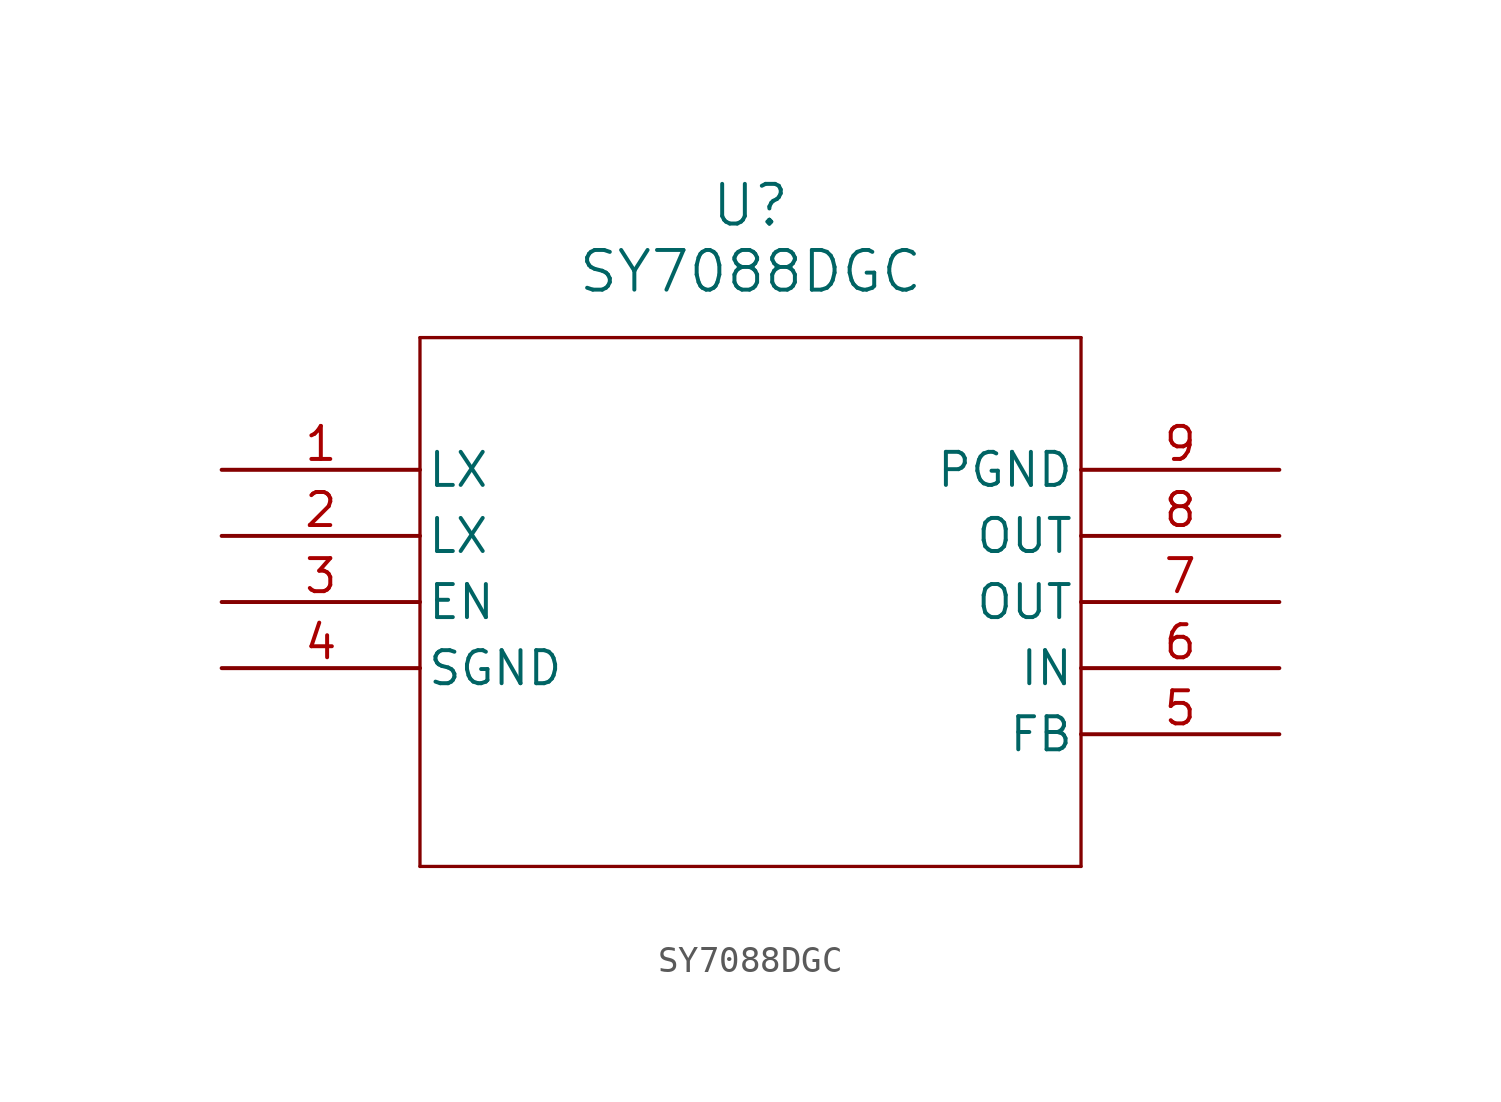
<source format=kicad_sym>
(kicad_symbol_lib
  (version 20211014)
  (generator kicad_symbol_editor)
  (symbol "SY7088DGC"
    (pin_names
      (offset 0.254))
    (property "Reference" "U"
      (at 20.32 10.16 0)
      (effects (font (size 1.524 1.524))))
    (property "Value" "SY7088DGC"
      (at 20.32 7.62 0)
      (effects (font (size 1.524 1.524))))
    (symbol "SY7088DGC_0_1"
      (polyline (pts (xy 7.62 5.08) (xy 7.62 -15.24)) (stroke (width 0.127) (type default) (color 0 0 0 0)) (fill (type none)))
      (polyline (pts (xy 7.62 -15.24) (xy 33.02 -15.24)) (stroke (width 0.127) (type default) (color 0 0 0 0)) (fill (type none)))
      (polyline (pts (xy 33.02 -15.24) (xy 33.02 5.08)) (stroke (width 0.127) (type default) (color 0 0 0 0)) (fill (type none)))
      (polyline (pts (xy 33.02 5.08) (xy 7.62 5.08)) (stroke (width 0.127) (type default) (color 0 0 0 0)) (fill (type none)))
      (pin unspecified line (at 0 0 0) (length 7.62) (name "LX" (effects (font (size 1.27 1.27)))) (number "1" (effects (font (size 1.27 1.27)))))
      (pin unspecified line (at 0 -2.54 0) (length 7.62) (name "LX" (effects (font (size 1.27 1.27)))) (number "2" (effects (font (size 1.27 1.27)))))
      (pin input line (at 0 -5.08 0) (length 7.62) (name "EN" (effects (font (size 1.27 1.27)))) (number "3" (effects (font (size 1.27 1.27)))))
      (pin power_out line (at 0 -7.62 0) (length 7.62) (name "SGND" (effects (font (size 1.27 1.27)))) (number "4" (effects (font (size 1.27 1.27)))))
      (pin input line (at 40.64 -10.16 180) (length 7.62) (name "FB" (effects (font (size 1.27 1.27)))) (number "5" (effects (font (size 1.27 1.27)))))
      (pin input line (at 40.64 -7.62 180) (length 7.62) (name "IN" (effects (font (size 1.27 1.27)))) (number "6" (effects (font (size 1.27 1.27)))))
      (pin output line (at 40.64 -5.08 180) (length 7.62) (name "OUT" (effects (font (size 1.27 1.27)))) (number "7" (effects (font (size 1.27 1.27)))))
      (pin output line (at 40.64 -2.54 180) (length 7.62) (name "OUT" (effects (font (size 1.27 1.27)))) (number "8" (effects (font (size 1.27 1.27)))))
      (pin power_out line (at 40.64 0 180) (length 7.62) (name "PGND" (effects (font (size 1.27 1.27)))) (number "9" (effects (font (size 1.27 1.27))))))))
</source>
